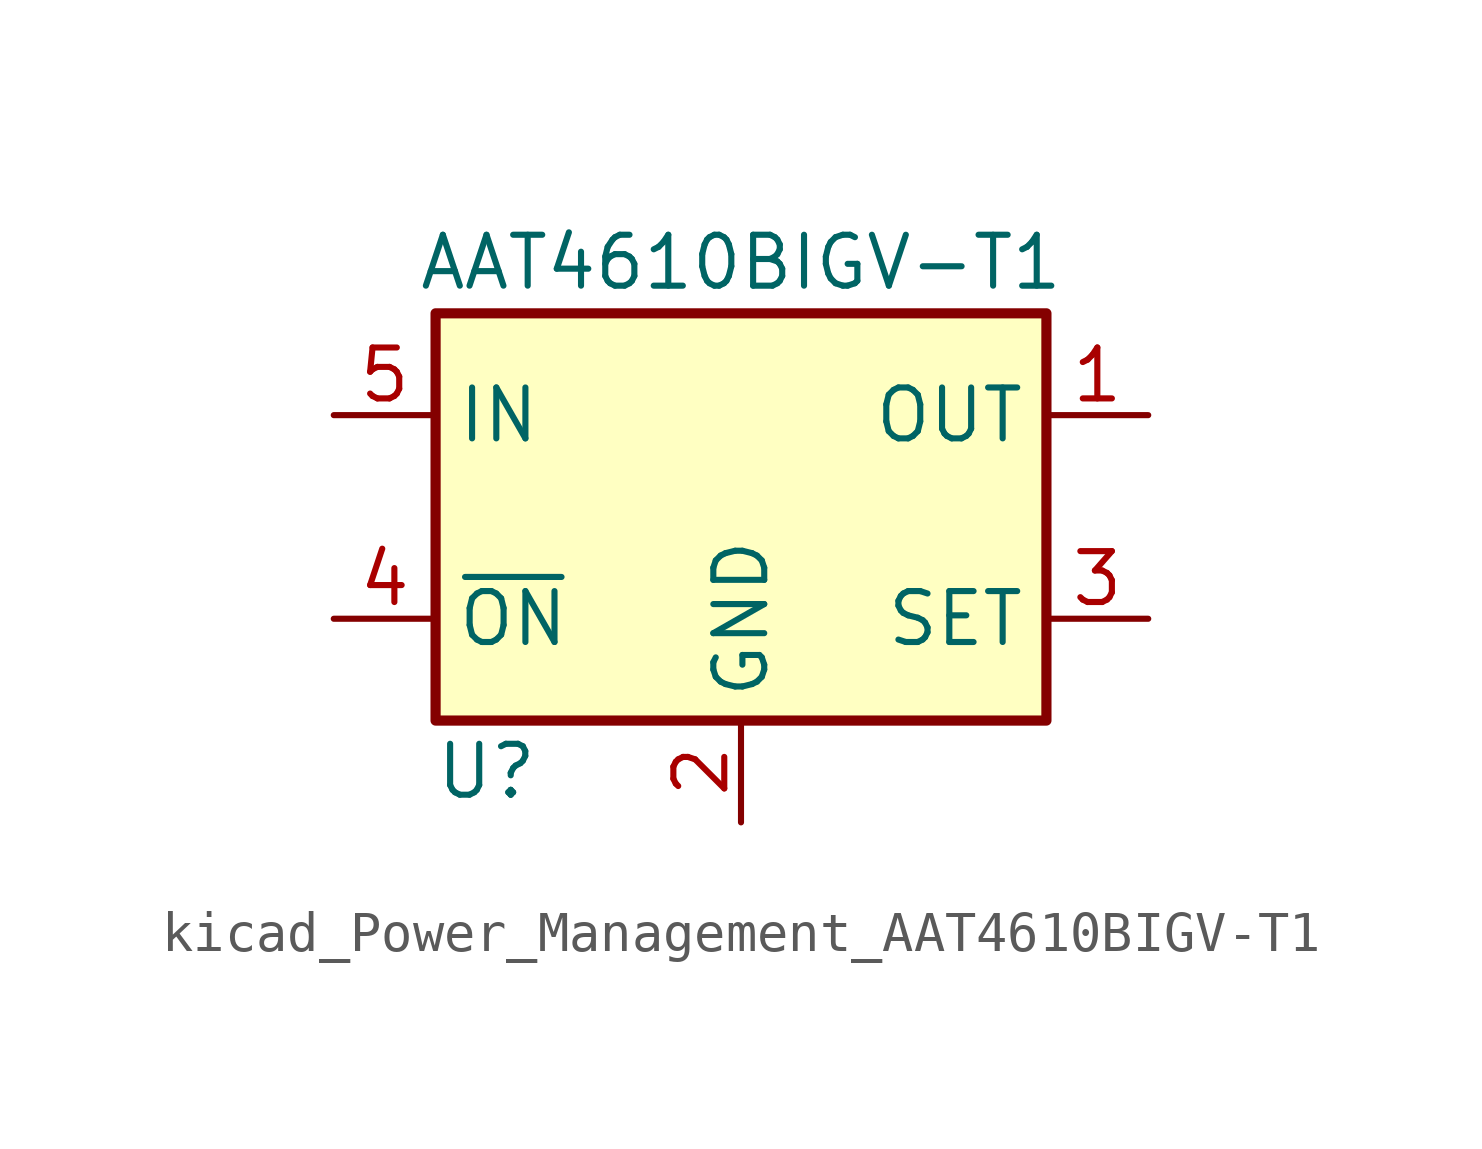
<source format=kicad_sym>
(kicad_symbol_lib
  (version 20220914)
  (generator kicad_symbol_editor)
  (symbol "kicad_Power_Management_AAT4610BIGV-T1"
    (property "Reference" "U"
      (at -6.35 -6.35 0)
      (effects (font (size 1.27 1.27))))
    (property "Value" "AAT4610BIGV-T1"
      (at 0 6.35 0)
      (effects (font (size 1.27 1.27))))
    (symbol "kicad_Power_Management_AAT4610BIGV-T1_0_1"
      (rectangle (start -7.62 5.08) (end 7.62 -5.08) (stroke (width 0.254) (type default)) (fill (type background))))
    (symbol "kicad_Power_Management_AAT4610BIGV-T1_1_1"
      (pin power_out line (at 10.16 2.54 180) (length 2.54) (name "OUT" (effects (font (size 1.27 1.27)))) (number "1" (effects (font (size 1.27 1.27)))))
      (pin power_in line (at 0 -7.62 90) (length 2.54) (name "GND" (effects (font (size 1.27 1.27)))) (number "2" (effects (font (size 1.27 1.27)))))
      (pin passive line (at 10.16 -2.54 180) (length 2.54) (name "SET" (effects (font (size 1.27 1.27)))) (number "3" (effects (font (size 1.27 1.27)))))
      (pin input line (at -10.16 -2.54 0) (length 2.54) (name "~{ON}" (effects (font (size 1.27 1.27)))) (number "4" (effects (font (size 1.27 1.27)))))
      (pin power_in line (at -10.16 2.54 0) (length 2.54) (name "IN" (effects (font (size 1.27 1.27)))) (number "5" (effects (font (size 1.27 1.27))))))))
</source>
